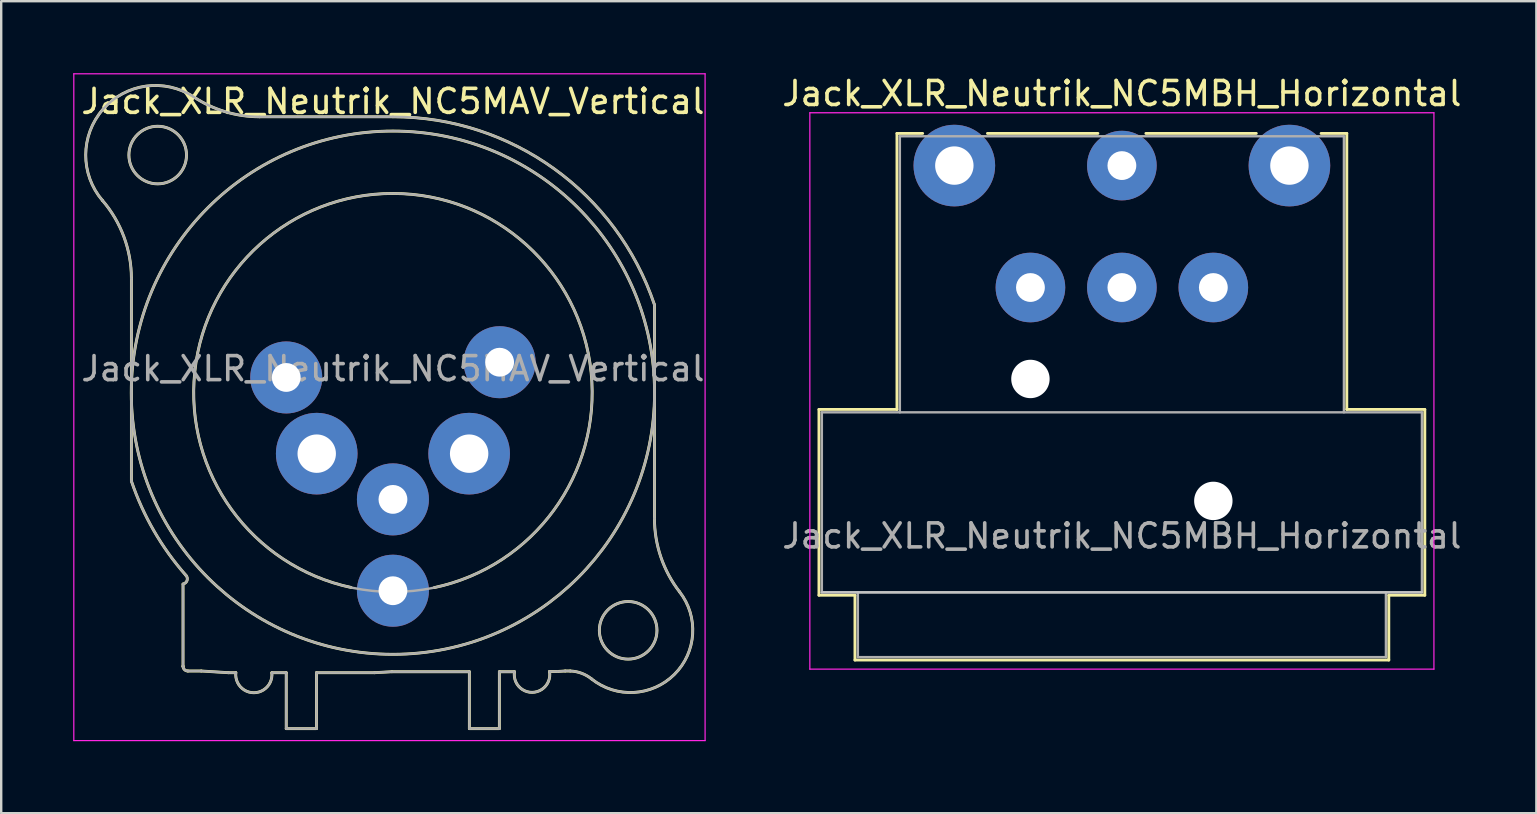
<source format=kicad_pcb>
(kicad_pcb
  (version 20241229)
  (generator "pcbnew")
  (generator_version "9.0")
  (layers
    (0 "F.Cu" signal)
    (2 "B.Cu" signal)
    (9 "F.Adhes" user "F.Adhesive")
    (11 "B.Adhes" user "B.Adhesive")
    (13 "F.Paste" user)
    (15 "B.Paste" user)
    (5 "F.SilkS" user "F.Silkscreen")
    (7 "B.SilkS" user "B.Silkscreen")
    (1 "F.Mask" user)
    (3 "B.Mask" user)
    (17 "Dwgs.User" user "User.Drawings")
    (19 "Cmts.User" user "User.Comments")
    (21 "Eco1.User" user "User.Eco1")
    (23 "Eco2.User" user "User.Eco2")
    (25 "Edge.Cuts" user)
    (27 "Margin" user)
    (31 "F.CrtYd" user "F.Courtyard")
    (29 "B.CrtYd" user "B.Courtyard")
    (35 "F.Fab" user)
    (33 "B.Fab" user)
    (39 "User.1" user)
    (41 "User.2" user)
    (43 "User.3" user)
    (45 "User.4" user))
  (footprint "Jack_XLR_Neutrik_NC5MAV_Vertical"
    (layer "F.Cu")
    (at 8.875 12.675)
    (property "Reference" "Jack_XLR_Neutrik_NC5MAV_Vertical" (at 4.445 -11.5 0) (layer "F.SilkS") (effects (font (size 1 1) (thickness 0.15))))
    (attr through_hole)
    (fp_line (start -6.45 4.32) (end -6.45 -4.13) (stroke (width 0.12) (type solid)) (layer "F.SilkS"))
    (fp_line (start -4.3 8.61) (end -4.3 12.03) (stroke (width 0.12) (type solid)) (layer "F.SilkS"))
    (fp_line (start -4.3 12.04) (end -4.3 12.03) (stroke (width 0.12) (type solid)) (layer "F.SilkS"))
    (fp_line (start -3.54 12.23) (end -4.1 12.23) (stroke (width 0.12) (type solid)) (layer "F.SilkS"))
    (fp_line (start -3.54 12.23) (end -2.41 12.3) (stroke (width 0.12) (type solid)) (layer "F.SilkS"))
    (fp_line (start -2.41 12.3) (end -2.1 12.3) (stroke (width 0.12) (type solid)) (layer "F.SilkS"))
    (fp_line (start -1.11 -10.86) (end 4.445 -10.86) (stroke (width 0.12) (type solid)) (layer "F.SilkS"))
    (fp_line (start -0.6 12.3) (end 0 12.3) (stroke (width 0.12) (type solid)) (layer "F.SilkS"))
    (fp_line (start 0 12.3) (end 0 14.63) (stroke (width 0.12) (type solid)) (layer "F.SilkS"))
    (fp_line (start 1.26 12.3) (end 1.26 14.63) (stroke (width 0.12) (type solid)) (layer "F.SilkS"))
    (fp_line (start 1.26 12.3) (end 3.68 12.3) (stroke (width 0.12) (type solid)) (layer "F.SilkS"))
    (fp_line (start 1.26 14.63) (end 0 14.63) (stroke (width 0.12) (type solid)) (layer "F.SilkS"))
    (fp_line (start 3.68 12.3) (end 4.4 12.26) (stroke (width 0.12) (type solid)) (layer "F.SilkS"))
    (fp_line (start 4.4 12.26) (end 7.63 12.26) (stroke (width 0.12) (type solid)) (layer "F.SilkS"))
    (fp_line (start 7.63 12.26) (end 7.63 14.63) (stroke (width 0.12) (type solid)) (layer "F.SilkS"))
    (fp_line (start 8.88 12.26) (end 8.88 14.63) (stroke (width 0.12) (type solid)) (layer "F.SilkS"))
    (fp_line (start 8.88 12.26) (end 9.51 12.26) (stroke (width 0.12) (type solid)) (layer "F.SilkS"))
    (fp_line (start 8.88 14.63) (end 7.63 14.63) (stroke (width 0.12) (type solid)) (layer "F.SilkS"))
    (fp_line (start 11.3 12.25) (end 10.97 12.25) (stroke (width 0.12) (type solid)) (layer "F.SilkS"))
    (fp_line (start 11.3 12.25) (end 11.62 12.23) (stroke (width 0.12) (type solid)) (layer "F.SilkS"))
    (fp_line (start 11.62 12.23) (end 11.83 12.23) (stroke (width 0.12) (type solid)) (layer "F.SilkS"))
    (fp_line (start 15.34 5.87) (end 15.34 -3.03) (stroke (width 0.12) (type solid)) (layer "F.SilkS"))
    (fp_arc (start -7.657744 -7.374956) (mid -6.763404 -5.860588) (end -6.45 -4.13) (stroke (width 0.12) (type solid)) (layer "F.SilkS"))
    (fp_arc (start -7.651513 -7.366237) (mid -7.633396 -11.174623) (end -3.86 -11.69) (stroke (width 0.12) (type solid)) (layer "F.SilkS"))
    (fp_arc (start -4.183989 8.238999) (mid -5.511715 6.392089) (end -6.45 4.32) (stroke (width 0.12) (type solid)) (layer "F.SilkS"))
    (fp_arc (start -4.18 8.24) (mid -4.131238 8.457218) (end -4.29758 8.605176) (stroke (width 0.12) (type solid)) (layer "F.SilkS"))
    (fp_arc (start -4.1 12.23) (mid -4.241421 12.171421) (end -4.3 12.03) (stroke (width 0.12) (type solid)) (layer "F.SilkS"))
    (fp_arc (start -1.109492 -10.859879) (mid -2.546037 -11.071859) (end -3.86 -11.69) (stroke (width 0.12) (type solid)) (layer "F.SilkS"))
    (fp_arc (start -0.599756 12.302318) (mid -1.351165 13.134254) (end -2.1 12.3) (stroke (width 0.12) (type solid)) (layer "F.SilkS"))
    (fp_arc (start 2.7 8.75) (mid 4.457421 -7.665488) (end 6.165706 8.755186) (stroke (width 0.12) (type solid)) (layer "F.SilkS"))
    (fp_arc (start 4.44649 -10.859923) (mid 11.153971 -8.698968) (end 15.34 -3.03) (stroke (width 0.12) (type solid)) (layer "F.SilkS"))
    (fp_arc (start 10.968412 12.250709) (mid 10.244713 13.119782) (end 9.51 12.26) (stroke (width 0.12) (type solid)) (layer "F.SilkS"))
    (fp_arc (start 11.83183 12.230062) (mid 12.302634 12.323105) (end 12.72 12.56) (stroke (width 0.12) (type solid)) (layer "F.SilkS"))
    (fp_arc (start 16.386345 8.930697) (mid 16.167129 12.375778) (end 12.72 12.56) (stroke (width 0.12) (type solid)) (layer "F.SilkS"))
    (fp_arc (start 16.392436 8.938671) (mid 15.610422 7.492064) (end 15.34 5.87) (stroke (width 0.12) (type solid)) (layer "F.SilkS"))
    (fp_circle (center -5.355 -9.265) (end -4.155 -9.265) (stroke (width 0.12) (type solid)) (fill no) (layer "F.SilkS"))
    (fp_circle (center 4.445 0.635) (end 15.345 0.635) (stroke (width 0.12) (type solid)) (fill no) (layer "F.SilkS"))
    (fp_circle (center 14.245 10.535) (end 15.445 10.535) (stroke (width 0.12) (type solid)) (fill no) (layer "F.SilkS"))
    (fp_line (start -8.85 -12.65) (end 17.45 -12.65) (stroke (width 0.05) (type solid)) (layer "F.CrtYd"))
    (fp_line (start -8.85 15.13) (end -8.85 -12.65) (stroke (width 0.05) (type solid)) (layer "F.CrtYd"))
    (fp_line (start 17.45 -12.65) (end 17.45 15.13) (stroke (width 0.05) (type solid)) (layer "F.CrtYd"))
    (fp_line (start 17.45 15.13) (end -8.85 15.13) (stroke (width 0.05) (type solid)) (layer "F.CrtYd"))
    (fp_line (start -6.45 4.32) (end -6.45 -4.13) (stroke (width 0.1) (type solid)) (layer "F.Fab"))
    (fp_line (start -4.3 8.61) (end -4.3 12.03) (stroke (width 0.1) (type solid)) (layer "F.Fab"))
    (fp_line (start -4.3 12.04) (end -4.3 12.03) (stroke (width 0.1) (type solid)) (layer "F.Fab"))
    (fp_line (start -3.54 12.23) (end -4.1 12.23) (stroke (width 0.1) (type solid)) (layer "F.Fab"))
    (fp_line (start -3.54 12.23) (end -2.41 12.3) (stroke (width 0.1) (type solid)) (layer "F.Fab"))
    (fp_line (start -2.41 12.3) (end -2.1 12.3) (stroke (width 0.1) (type solid)) (layer "F.Fab"))
    (fp_line (start -1.11 -10.86) (end 4.445 -10.86) (stroke (width 0.1) (type solid)) (layer "F.Fab"))
    (fp_line (start -0.6 12.3) (end 0 12.3) (stroke (width 0.1) (type solid)) (layer "F.Fab"))
    (fp_line (start 0 12.3) (end 0 14.63) (stroke (width 0.1) (type solid)) (layer "F.Fab"))
    (fp_line (start 1.26 12.3) (end 1.26 14.63) (stroke (width 0.1) (type solid)) (layer "F.Fab"))
    (fp_line (start 1.26 12.3) (end 3.68 12.3) (stroke (width 0.1) (type solid)) (layer "F.Fab"))
    (fp_line (start 1.26 14.63) (end 0 14.63) (stroke (width 0.1) (type solid)) (layer "F.Fab"))
    (fp_line (start 3.68 12.3) (end 4.4 12.26) (stroke (width 0.1) (type solid)) (layer "F.Fab"))
    (fp_line (start 4.4 12.26) (end 7.63 12.26) (stroke (width 0.1) (type solid)) (layer "F.Fab"))
    (fp_line (start 7.63 12.26) (end 7.63 14.63) (stroke (width 0.1) (type solid)) (layer "F.Fab"))
    (fp_line (start 8.88 12.26) (end 8.88 14.63) (stroke (width 0.1) (type solid)) (layer "F.Fab"))
    (fp_line (start 8.88 12.26) (end 9.51 12.26) (stroke (width 0.1) (type solid)) (layer "F.Fab"))
    (fp_line (start 8.88 14.63) (end 7.63 14.63) (stroke (width 0.1) (type solid)) (layer "F.Fab"))
    (fp_line (start 11.3 12.25) (end 10.97 12.25) (stroke (width 0.1) (type solid)) (layer "F.Fab"))
    (fp_line (start 11.3 12.25) (end 11.62 12.23) (stroke (width 0.1) (type solid)) (layer "F.Fab"))
    (fp_line (start 11.62 12.23) (end 11.83 12.23) (stroke (width 0.1) (type solid)) (layer "F.Fab"))
    (fp_line (start 15.34 5.87) (end 15.34 -3.03) (stroke (width 0.1) (type solid)) (layer "F.Fab"))
    (fp_arc (start -7.657744 -7.374956) (mid -6.763404 -5.860588) (end -6.45 -4.13) (stroke (width 0.1) (type solid)) (layer "F.Fab"))
    (fp_arc (start -7.651513 -7.366237) (mid -7.633396 -11.174623) (end -3.86 -11.69) (stroke (width 0.1) (type solid)) (layer "F.Fab"))
    (fp_arc (start -4.183989 8.238999) (mid -5.511715 6.392089) (end -6.45 4.32) (stroke (width 0.1) (type solid)) (layer "F.Fab"))
    (fp_arc (start -4.18 8.24) (mid -4.131238 8.457218) (end -4.29758 8.605176) (stroke (width 0.1) (type solid)) (layer "F.Fab"))
    (fp_arc (start -4.1 12.23) (mid -4.241421 12.171421) (end -4.3 12.03) (stroke (width 0.1) (type solid)) (layer "F.Fab"))
    (fp_arc (start -1.109492 -10.859879) (mid -2.546037 -11.071859) (end -3.86 -11.69) (stroke (width 0.1) (type solid)) (layer "F.Fab"))
    (fp_arc (start -0.599756 12.302318) (mid -1.351165 13.134254) (end -2.1 12.3) (stroke (width 0.1) (type solid)) (layer "F.Fab"))
    (fp_arc (start 4.44649 -10.859923) (mid 11.153971 -8.698968) (end 15.34 -3.03) (stroke (width 0.1) (type solid)) (layer "F.Fab"))
    (fp_arc (start 10.968412 12.250709) (mid 10.244713 13.119782) (end 9.51 12.26) (stroke (width 0.1) (type solid)) (layer "F.Fab"))
    (fp_arc (start 11.83183 12.230062) (mid 12.302634 12.323105) (end 12.72 12.56) (stroke (width 0.1) (type solid)) (layer "F.Fab"))
    (fp_arc (start 16.386345 8.930697) (mid 16.167129 12.375778) (end 12.72 12.56) (stroke (width 0.1) (type solid)) (layer "F.Fab"))
    (fp_arc (start 16.392436 8.938671) (mid 15.610422 7.492064) (end 15.34 5.87) (stroke (width 0.1) (type solid)) (layer "F.Fab"))
    (fp_circle (center -5.355 -9.265) (end -4.155 -9.265) (stroke (width 0.1) (type solid)) (fill no) (layer "F.Fab"))
    (fp_circle (center 4.445 0.635) (end 12.745 0.635) (stroke (width 0.1) (type solid)) (fill no) (layer "F.Fab"))
    (fp_circle (center 4.445 0.635) (end 15.345 0.635) (stroke (width 0.1) (type solid)) (fill no) (layer "F.Fab"))
    (fp_circle (center 14.245 10.535) (end 15.445 10.535) (stroke (width 0.1) (type solid)) (fill no) (layer "F.Fab"))
    (fp_text user "${REFERENCE}" (at 4.445 -0.365 0) (layer "F.Fab") (effects (font (size 1 1) (thickness 0.15))))
    (pad "1" thru_hole circle (at 0 0) (size 3 3) (drill 1.2) (layers "*.Cu" "*.Mask"))
    (pad "2" thru_hole circle (at 1.27 3.175) (size 3.4 3.4) (drill 1.6) (layers "*.Cu" "*.Mask"))
    (pad "3" thru_hole circle (at 4.445 5.08) (size 3 3) (drill 1.2) (layers "*.Cu" "*.Mask"))
    (pad "4" thru_hole circle (at 7.62 3.175) (size 3.4 3.4) (drill 1.6) (layers "*.Cu" "*.Mask"))
    (pad "5" thru_hole circle (at 8.89 -0.635) (size 3 3) (drill 1.2) (layers "*.Cu" "*.Mask"))
    (pad "G" thru_hole circle (at 4.445 8.885) (size 3 3) (drill 1.2) (layers "*.Cu" "*.Mask")))
  (footprint "Jack_XLR_Neutrik_NC5MBH_Horizontal"
    (layer "F.Cu")
    (at 36.709 3.848)
    (property "Reference" "Jack_XLR_Neutrik_NC5MBH_Horizontal" (at 6.98 -3 0) (layer "F.SilkS") (effects (font (size 1 1) (thickness 0.15))))
    (attr through_hole)
    (fp_line (start -5.64 10.16) (end -2.39 10.16) (stroke (width 0.12) (type solid)) (layer "F.SilkS"))
    (fp_line (start -5.64 17.9) (end -5.64 10.16) (stroke (width 0.12) (type solid)) (layer "F.SilkS"))
    (fp_line (start -4.14 17.9) (end -5.64 17.9) (stroke (width 0.12) (type solid)) (layer "F.SilkS"))
    (fp_line (start -4.14 17.9) (end -4.14 20.6) (stroke (width 0.12) (type solid)) (layer "F.SilkS"))
    (fp_line (start -2.39 -1.34) (end -1.32 -1.34) (stroke (width 0.12) (type solid)) (layer "F.SilkS"))
    (fp_line (start -2.39 10.16) (end -2.39 -1.34) (stroke (width 0.12) (type solid)) (layer "F.SilkS"))
    (fp_line (start 1.38 -1.34) (end 5.98 -1.34) (stroke (width 0.12) (type solid)) (layer "F.SilkS"))
    (fp_line (start 12.58 -1.34) (end 7.98 -1.34) (stroke (width 0.12) (type solid)) (layer "F.SilkS"))
    (fp_line (start 16.35 -1.34) (end 15.28 -1.34) (stroke (width 0.12) (type solid)) (layer "F.SilkS"))
    (fp_line (start 16.35 10.16) (end 16.35 -1.34) (stroke (width 0.12) (type solid)) (layer "F.SilkS"))
    (fp_line (start 16.35 10.16) (end 19.6 10.16) (stroke (width 0.12) (type solid)) (layer "F.SilkS"))
    (fp_line (start 18.1 17.9) (end 18.1 20.6) (stroke (width 0.12) (type solid)) (layer "F.SilkS"))
    (fp_line (start 18.1 20.6) (end -4.14 20.6) (stroke (width 0.12) (type solid)) (layer "F.SilkS"))
    (fp_line (start 19.6 17.9) (end 18.1 17.9) (stroke (width 0.12) (type solid)) (layer "F.SilkS"))
    (fp_line (start 19.6 17.9) (end 19.6 10.16) (stroke (width 0.12) (type solid)) (layer "F.SilkS"))
    (fp_line (start 19.48 17.78) (end -5.52 17.78) (stroke (width 0.1) (type solid)) (layer "Dwgs.User"))
    (fp_line (start -6.02 20.98) (end -6.02 -2.2) (stroke (width 0.05) (type solid)) (layer "F.CrtYd"))
    (fp_line (start 19.98 -2.2) (end -6.02 -2.2) (stroke (width 0.05) (type solid)) (layer "F.CrtYd"))
    (fp_line (start 19.98 20.98) (end -6.02 20.98) (stroke (width 0.05) (type solid)) (layer "F.CrtYd"))
    (fp_line (start 19.98 20.98) (end 19.98 -2.2) (stroke (width 0.05) (type solid)) (layer "F.CrtYd"))
    (fp_line (start -5.52 10.28) (end 19.48 10.28) (stroke (width 0.1) (type solid)) (layer "F.Fab"))
    (fp_line (start -5.52 17.78) (end -5.52 10.28) (stroke (width 0.1) (type solid)) (layer "F.Fab"))
    (fp_line (start -4.02 20.48) (end -4.02 17.78) (stroke (width 0.1) (type solid)) (layer "F.Fab"))
    (fp_line (start -2.27 -1.22) (end -2.27 10.28) (stroke (width 0.1) (type solid)) (layer "F.Fab"))
    (fp_line (start 16.23 -1.22) (end -2.27 -1.22) (stroke (width 0.1) (type solid)) (layer "F.Fab"))
    (fp_line (start 16.23 10.28) (end 16.23 -1.22) (stroke (width 0.1) (type solid)) (layer "F.Fab"))
    (fp_line (start 17.98 17.78) (end 17.98 20.48) (stroke (width 0.1) (type solid)) (layer "F.Fab"))
    (fp_line (start 17.98 20.48) (end -4.02 20.48) (stroke (width 0.1) (type solid)) (layer "F.Fab"))
    (fp_line (start 19.48 10.28) (end 19.48 17.78) (stroke (width 0.1) (type solid)) (layer "F.Fab"))
    (fp_line (start 19.48 17.78) (end -5.52 17.78) (stroke (width 0.1) (type solid)) (layer "F.Fab"))
    (fp_text user "${REFERENCE}" (at 6.98 15.43 0) (layer "F.Fab") (effects (font (size 1 1) (thickness 0.15))))
    (pad "" np_thru_hole circle (at 3.17 8.89) (size 1.6 1.6) (drill 1.6) (layers "*.Cu" "*.Mask"))
    (pad "" np_thru_hole circle (at 10.79 13.97) (size 1.6 1.6) (drill 1.6) (layers "*.Cu" "*.Mask"))
    (pad "1" thru_hole circle (at 0 0) (size 3.4 3.4) (drill 1.6) (layers "*.Cu" "*.Mask"))
    (pad "2" thru_hole circle (at 3.17 5.08) (size 2.9 2.9) (drill 1.2) (layers "*.Cu" "*.Mask"))
    (pad "3" thru_hole circle (at 6.98 0) (size 2.9 2.9) (drill 1.2) (layers "*.Cu" "*.Mask"))
    (pad "4" thru_hole circle (at 10.79 5.08) (size 2.9 2.9) (drill 1.2) (layers "*.Cu" "*.Mask"))
    (pad "5" thru_hole circle (at 13.96 0) (size 3.4 3.4) (drill 1.6) (layers "*.Cu" "*.Mask"))
    (pad "G" thru_hole circle (at 6.98 5.08) (size 2.9 2.9) (drill 1.2) (layers "*.Cu" "*.Mask")))
  (gr_rect
    (start -3 -3)
    (end 60.957 30.83)
    (stroke (width 0.1) (type default))
    (fill no)
    (layer "Edge.Cuts")))
</source>
